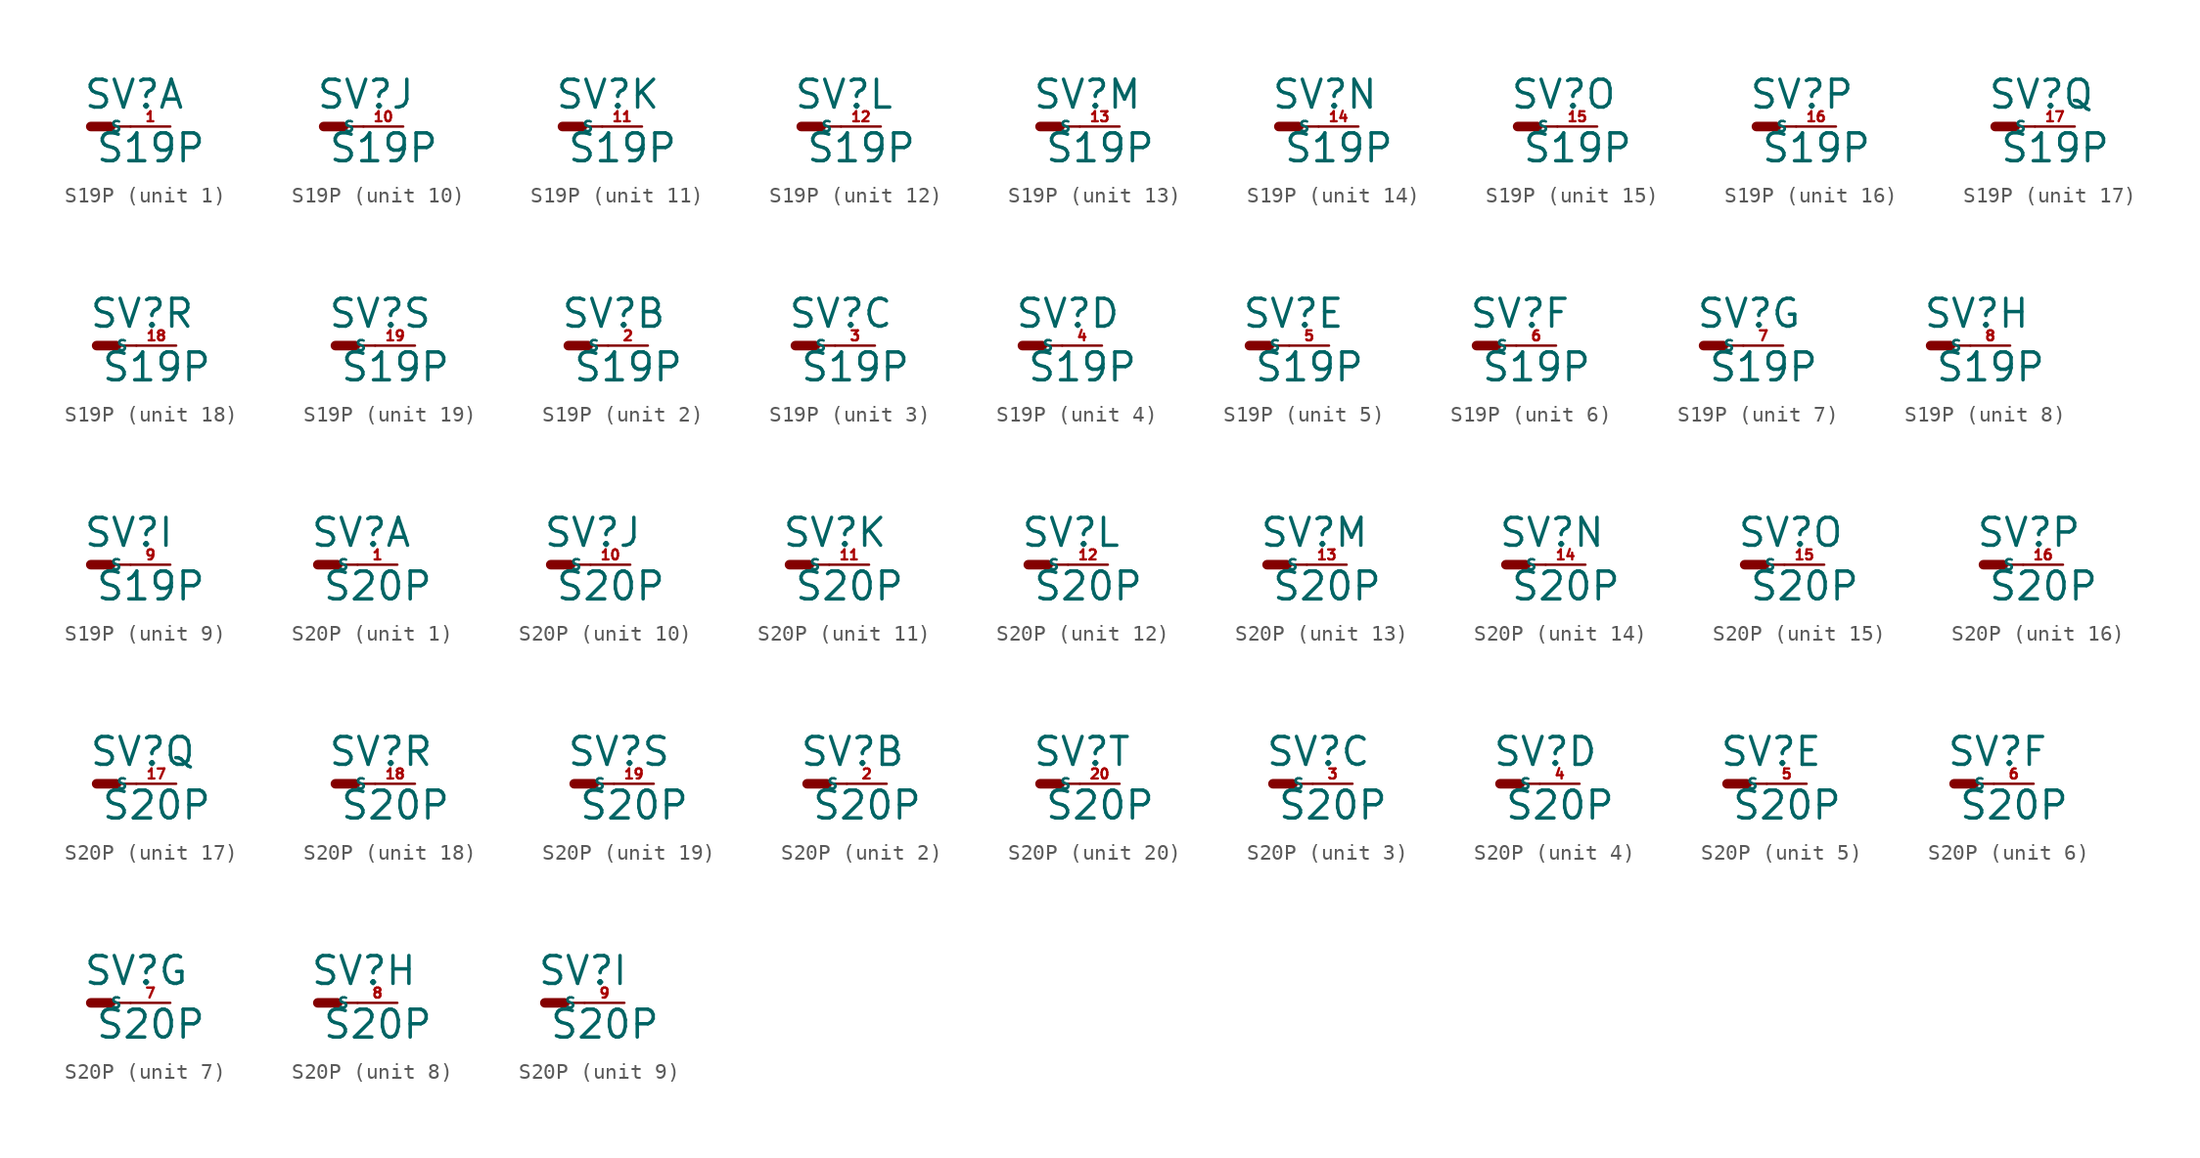
<source format=kicad_sym>
(kicad_symbol_lib
  (version 20220914)
  (generator Eagle2Kicad)
  (symbol "S19P"
    (property "Reference" "SV"
      (at -0.508 1.016 0)
      (effects (font (size 1.778 1.778) (thickness 0.22)) (justify left bottom)))
    (property "Value" "S19P"
      (at 0.254 -2.413 0)
      (effects (font (size 1.778 1.778) (thickness 0.22)) (justify left bottom)))
    (symbol "S19P_1_0"
      (polyline (pts (xy 1.27 0) (xy 2.54 0)) (stroke (width 0.152) (type default)) (fill (type none)))
      (polyline (pts (xy 0 0) (xy 1.27 0)) (stroke (width 0.61) (type default)) (fill (type none)))
      (pin passive line (at 5.08 0 180) (length 2.54) (name "S" (effects (font (size 0.635 0.635) (thickness 0.08)) (justify left bottom))) (number "1" (effects (font (size 0.635 0.635) (thickness 0.08)) (justify left bottom)))))
    (symbol "S19P_2_0"
      (polyline (pts (xy 1.27 0) (xy 2.54 0)) (stroke (width 0.152) (type default)) (fill (type none)))
      (polyline (pts (xy 0 0) (xy 1.27 0)) (stroke (width 0.61) (type default)) (fill (type none)))
      (pin passive line (at 5.08 0 180) (length 2.54) (name "S" (effects (font (size 0.635 0.635) (thickness 0.08)) (justify left bottom))) (number "2" (effects (font (size 0.635 0.635) (thickness 0.08)) (justify left bottom)))))
    (symbol "S19P_3_0"
      (polyline (pts (xy 1.27 0) (xy 2.54 0)) (stroke (width 0.152) (type default)) (fill (type none)))
      (polyline (pts (xy 0 0) (xy 1.27 0)) (stroke (width 0.61) (type default)) (fill (type none)))
      (pin passive line (at 5.08 0 180) (length 2.54) (name "S" (effects (font (size 0.635 0.635) (thickness 0.08)) (justify left bottom))) (number "3" (effects (font (size 0.635 0.635) (thickness 0.08)) (justify left bottom)))))
    (symbol "S19P_4_0"
      (polyline (pts (xy 1.27 0) (xy 2.54 0)) (stroke (width 0.152) (type default)) (fill (type none)))
      (polyline (pts (xy 0 0) (xy 1.27 0)) (stroke (width 0.61) (type default)) (fill (type none)))
      (pin passive line (at 5.08 0 180) (length 2.54) (name "S" (effects (font (size 0.635 0.635) (thickness 0.08)) (justify left bottom))) (number "4" (effects (font (size 0.635 0.635) (thickness 0.08)) (justify left bottom)))))
    (symbol "S19P_5_0"
      (polyline (pts (xy 1.27 0) (xy 2.54 0)) (stroke (width 0.152) (type default)) (fill (type none)))
      (polyline (pts (xy 0 0) (xy 1.27 0)) (stroke (width 0.61) (type default)) (fill (type none)))
      (pin passive line (at 5.08 0 180) (length 2.54) (name "S" (effects (font (size 0.635 0.635) (thickness 0.08)) (justify left bottom))) (number "5" (effects (font (size 0.635 0.635) (thickness 0.08)) (justify left bottom)))))
    (symbol "S19P_6_0"
      (polyline (pts (xy 1.27 0) (xy 2.54 0)) (stroke (width 0.152) (type default)) (fill (type none)))
      (polyline (pts (xy 0 0) (xy 1.27 0)) (stroke (width 0.61) (type default)) (fill (type none)))
      (pin passive line (at 5.08 0 180) (length 2.54) (name "S" (effects (font (size 0.635 0.635) (thickness 0.08)) (justify left bottom))) (number "6" (effects (font (size 0.635 0.635) (thickness 0.08)) (justify left bottom)))))
    (symbol "S19P_7_0"
      (polyline (pts (xy 1.27 0) (xy 2.54 0)) (stroke (width 0.152) (type default)) (fill (type none)))
      (polyline (pts (xy 0 0) (xy 1.27 0)) (stroke (width 0.61) (type default)) (fill (type none)))
      (pin passive line (at 5.08 0 180) (length 2.54) (name "S" (effects (font (size 0.635 0.635) (thickness 0.08)) (justify left bottom))) (number "7" (effects (font (size 0.635 0.635) (thickness 0.08)) (justify left bottom)))))
    (symbol "S19P_8_0"
      (polyline (pts (xy 1.27 0) (xy 2.54 0)) (stroke (width 0.152) (type default)) (fill (type none)))
      (polyline (pts (xy 0 0) (xy 1.27 0)) (stroke (width 0.61) (type default)) (fill (type none)))
      (pin passive line (at 5.08 0 180) (length 2.54) (name "S" (effects (font (size 0.635 0.635) (thickness 0.08)) (justify left bottom))) (number "8" (effects (font (size 0.635 0.635) (thickness 0.08)) (justify left bottom)))))
    (symbol "S19P_9_0"
      (polyline (pts (xy 1.27 0) (xy 2.54 0)) (stroke (width 0.152) (type default)) (fill (type none)))
      (polyline (pts (xy 0 0) (xy 1.27 0)) (stroke (width 0.61) (type default)) (fill (type none)))
      (pin passive line (at 5.08 0 180) (length 2.54) (name "S" (effects (font (size 0.635 0.635) (thickness 0.08)) (justify left bottom))) (number "9" (effects (font (size 0.635 0.635) (thickness 0.08)) (justify left bottom)))))
    (symbol "S19P_10_0"
      (polyline (pts (xy 1.27 0) (xy 2.54 0)) (stroke (width 0.152) (type default)) (fill (type none)))
      (polyline (pts (xy 0 0) (xy 1.27 0)) (stroke (width 0.61) (type default)) (fill (type none)))
      (pin passive line (at 5.08 0 180) (length 2.54) (name "S" (effects (font (size 0.635 0.635) (thickness 0.08)) (justify left bottom))) (number "10" (effects (font (size 0.635 0.635) (thickness 0.08)) (justify left bottom)))))
    (symbol "S19P_11_0"
      (polyline (pts (xy 1.27 0) (xy 2.54 0)) (stroke (width 0.152) (type default)) (fill (type none)))
      (polyline (pts (xy 0 0) (xy 1.27 0)) (stroke (width 0.61) (type default)) (fill (type none)))
      (pin passive line (at 5.08 0 180) (length 2.54) (name "S" (effects (font (size 0.635 0.635) (thickness 0.08)) (justify left bottom))) (number "11" (effects (font (size 0.635 0.635) (thickness 0.08)) (justify left bottom)))))
    (symbol "S19P_12_0"
      (polyline (pts (xy 1.27 0) (xy 2.54 0)) (stroke (width 0.152) (type default)) (fill (type none)))
      (polyline (pts (xy 0 0) (xy 1.27 0)) (stroke (width 0.61) (type default)) (fill (type none)))
      (pin passive line (at 5.08 0 180) (length 2.54) (name "S" (effects (font (size 0.635 0.635) (thickness 0.08)) (justify left bottom))) (number "12" (effects (font (size 0.635 0.635) (thickness 0.08)) (justify left bottom)))))
    (symbol "S19P_13_0"
      (polyline (pts (xy 1.27 0) (xy 2.54 0)) (stroke (width 0.152) (type default)) (fill (type none)))
      (polyline (pts (xy 0 0) (xy 1.27 0)) (stroke (width 0.61) (type default)) (fill (type none)))
      (pin passive line (at 5.08 0 180) (length 2.54) (name "S" (effects (font (size 0.635 0.635) (thickness 0.08)) (justify left bottom))) (number "13" (effects (font (size 0.635 0.635) (thickness 0.08)) (justify left bottom)))))
    (symbol "S19P_14_0"
      (polyline (pts (xy 1.27 0) (xy 2.54 0)) (stroke (width 0.152) (type default)) (fill (type none)))
      (polyline (pts (xy 0 0) (xy 1.27 0)) (stroke (width 0.61) (type default)) (fill (type none)))
      (pin passive line (at 5.08 0 180) (length 2.54) (name "S" (effects (font (size 0.635 0.635) (thickness 0.08)) (justify left bottom))) (number "14" (effects (font (size 0.635 0.635) (thickness 0.08)) (justify left bottom)))))
    (symbol "S19P_15_0"
      (polyline (pts (xy 1.27 0) (xy 2.54 0)) (stroke (width 0.152) (type default)) (fill (type none)))
      (polyline (pts (xy 0 0) (xy 1.27 0)) (stroke (width 0.61) (type default)) (fill (type none)))
      (pin passive line (at 5.08 0 180) (length 2.54) (name "S" (effects (font (size 0.635 0.635) (thickness 0.08)) (justify left bottom))) (number "15" (effects (font (size 0.635 0.635) (thickness 0.08)) (justify left bottom)))))
    (symbol "S19P_16_0"
      (polyline (pts (xy 1.27 0) (xy 2.54 0)) (stroke (width 0.152) (type default)) (fill (type none)))
      (polyline (pts (xy 0 0) (xy 1.27 0)) (stroke (width 0.61) (type default)) (fill (type none)))
      (pin passive line (at 5.08 0 180) (length 2.54) (name "S" (effects (font (size 0.635 0.635) (thickness 0.08)) (justify left bottom))) (number "16" (effects (font (size 0.635 0.635) (thickness 0.08)) (justify left bottom)))))
    (symbol "S19P_17_0"
      (polyline (pts (xy 1.27 0) (xy 2.54 0)) (stroke (width 0.152) (type default)) (fill (type none)))
      (polyline (pts (xy 0 0) (xy 1.27 0)) (stroke (width 0.61) (type default)) (fill (type none)))
      (pin passive line (at 5.08 0 180) (length 2.54) (name "S" (effects (font (size 0.635 0.635) (thickness 0.08)) (justify left bottom))) (number "17" (effects (font (size 0.635 0.635) (thickness 0.08)) (justify left bottom)))))
    (symbol "S19P_18_0"
      (polyline (pts (xy 1.27 0) (xy 2.54 0)) (stroke (width 0.152) (type default)) (fill (type none)))
      (polyline (pts (xy 0 0) (xy 1.27 0)) (stroke (width 0.61) (type default)) (fill (type none)))
      (pin passive line (at 5.08 0 180) (length 2.54) (name "S" (effects (font (size 0.635 0.635) (thickness 0.08)) (justify left bottom))) (number "18" (effects (font (size 0.635 0.635) (thickness 0.08)) (justify left bottom)))))
    (symbol "S19P_19_0"
      (polyline (pts (xy 1.27 0) (xy 2.54 0)) (stroke (width 0.152) (type default)) (fill (type none)))
      (polyline (pts (xy 0 0) (xy 1.27 0)) (stroke (width 0.61) (type default)) (fill (type none)))
      (pin passive line (at 5.08 0 180) (length 2.54) (name "S" (effects (font (size 0.635 0.635) (thickness 0.08)) (justify left bottom))) (number "19" (effects (font (size 0.635 0.635) (thickness 0.08)) (justify left bottom))))))
  (symbol "S20P"
    (property "Reference" "SV"
      (at -0.508 1.016 0)
      (effects (font (size 1.778 1.778) (thickness 0.22)) (justify left bottom)))
    (property "Value" "S20P"
      (at 0.254 -2.413 0)
      (effects (font (size 1.778 1.778) (thickness 0.22)) (justify left bottom)))
    (symbol "S20P_1_0"
      (polyline (pts (xy 1.27 0) (xy 2.54 0)) (stroke (width 0.152) (type default)) (fill (type none)))
      (polyline (pts (xy 0 0) (xy 1.27 0)) (stroke (width 0.61) (type default)) (fill (type none)))
      (pin passive line (at 5.08 0 180) (length 2.54) (name "S" (effects (font (size 0.635 0.635) (thickness 0.08)) (justify left bottom))) (number "1" (effects (font (size 0.635 0.635) (thickness 0.08)) (justify left bottom)))))
    (symbol "S20P_2_0"
      (polyline (pts (xy 1.27 0) (xy 2.54 0)) (stroke (width 0.152) (type default)) (fill (type none)))
      (polyline (pts (xy 0 0) (xy 1.27 0)) (stroke (width 0.61) (type default)) (fill (type none)))
      (pin passive line (at 5.08 0 180) (length 2.54) (name "S" (effects (font (size 0.635 0.635) (thickness 0.08)) (justify left bottom))) (number "2" (effects (font (size 0.635 0.635) (thickness 0.08)) (justify left bottom)))))
    (symbol "S20P_3_0"
      (polyline (pts (xy 1.27 0) (xy 2.54 0)) (stroke (width 0.152) (type default)) (fill (type none)))
      (polyline (pts (xy 0 0) (xy 1.27 0)) (stroke (width 0.61) (type default)) (fill (type none)))
      (pin passive line (at 5.08 0 180) (length 2.54) (name "S" (effects (font (size 0.635 0.635) (thickness 0.08)) (justify left bottom))) (number "3" (effects (font (size 0.635 0.635) (thickness 0.08)) (justify left bottom)))))
    (symbol "S20P_4_0"
      (polyline (pts (xy 1.27 0) (xy 2.54 0)) (stroke (width 0.152) (type default)) (fill (type none)))
      (polyline (pts (xy 0 0) (xy 1.27 0)) (stroke (width 0.61) (type default)) (fill (type none)))
      (pin passive line (at 5.08 0 180) (length 2.54) (name "S" (effects (font (size 0.635 0.635) (thickness 0.08)) (justify left bottom))) (number "4" (effects (font (size 0.635 0.635) (thickness 0.08)) (justify left bottom)))))
    (symbol "S20P_5_0"
      (polyline (pts (xy 1.27 0) (xy 2.54 0)) (stroke (width 0.152) (type default)) (fill (type none)))
      (polyline (pts (xy 0 0) (xy 1.27 0)) (stroke (width 0.61) (type default)) (fill (type none)))
      (pin passive line (at 5.08 0 180) (length 2.54) (name "S" (effects (font (size 0.635 0.635) (thickness 0.08)) (justify left bottom))) (number "5" (effects (font (size 0.635 0.635) (thickness 0.08)) (justify left bottom)))))
    (symbol "S20P_6_0"
      (polyline (pts (xy 1.27 0) (xy 2.54 0)) (stroke (width 0.152) (type default)) (fill (type none)))
      (polyline (pts (xy 0 0) (xy 1.27 0)) (stroke (width 0.61) (type default)) (fill (type none)))
      (pin passive line (at 5.08 0 180) (length 2.54) (name "S" (effects (font (size 0.635 0.635) (thickness 0.08)) (justify left bottom))) (number "6" (effects (font (size 0.635 0.635) (thickness 0.08)) (justify left bottom)))))
    (symbol "S20P_7_0"
      (polyline (pts (xy 1.27 0) (xy 2.54 0)) (stroke (width 0.152) (type default)) (fill (type none)))
      (polyline (pts (xy 0 0) (xy 1.27 0)) (stroke (width 0.61) (type default)) (fill (type none)))
      (pin passive line (at 5.08 0 180) (length 2.54) (name "S" (effects (font (size 0.635 0.635) (thickness 0.08)) (justify left bottom))) (number "7" (effects (font (size 0.635 0.635) (thickness 0.08)) (justify left bottom)))))
    (symbol "S20P_8_0"
      (polyline (pts (xy 1.27 0) (xy 2.54 0)) (stroke (width 0.152) (type default)) (fill (type none)))
      (polyline (pts (xy 0 0) (xy 1.27 0)) (stroke (width 0.61) (type default)) (fill (type none)))
      (pin passive line (at 5.08 0 180) (length 2.54) (name "S" (effects (font (size 0.635 0.635) (thickness 0.08)) (justify left bottom))) (number "8" (effects (font (size 0.635 0.635) (thickness 0.08)) (justify left bottom)))))
    (symbol "S20P_9_0"
      (polyline (pts (xy 1.27 0) (xy 2.54 0)) (stroke (width 0.152) (type default)) (fill (type none)))
      (polyline (pts (xy 0 0) (xy 1.27 0)) (stroke (width 0.61) (type default)) (fill (type none)))
      (pin passive line (at 5.08 0 180) (length 2.54) (name "S" (effects (font (size 0.635 0.635) (thickness 0.08)) (justify left bottom))) (number "9" (effects (font (size 0.635 0.635) (thickness 0.08)) (justify left bottom)))))
    (symbol "S20P_10_0"
      (polyline (pts (xy 1.27 0) (xy 2.54 0)) (stroke (width 0.152) (type default)) (fill (type none)))
      (polyline (pts (xy 0 0) (xy 1.27 0)) (stroke (width 0.61) (type default)) (fill (type none)))
      (pin passive line (at 5.08 0 180) (length 2.54) (name "S" (effects (font (size 0.635 0.635) (thickness 0.08)) (justify left bottom))) (number "10" (effects (font (size 0.635 0.635) (thickness 0.08)) (justify left bottom)))))
    (symbol "S20P_11_0"
      (polyline (pts (xy 1.27 0) (xy 2.54 0)) (stroke (width 0.152) (type default)) (fill (type none)))
      (polyline (pts (xy 0 0) (xy 1.27 0)) (stroke (width 0.61) (type default)) (fill (type none)))
      (pin passive line (at 5.08 0 180) (length 2.54) (name "S" (effects (font (size 0.635 0.635) (thickness 0.08)) (justify left bottom))) (number "11" (effects (font (size 0.635 0.635) (thickness 0.08)) (justify left bottom)))))
    (symbol "S20P_12_0"
      (polyline (pts (xy 1.27 0) (xy 2.54 0)) (stroke (width 0.152) (type default)) (fill (type none)))
      (polyline (pts (xy 0 0) (xy 1.27 0)) (stroke (width 0.61) (type default)) (fill (type none)))
      (pin passive line (at 5.08 0 180) (length 2.54) (name "S" (effects (font (size 0.635 0.635) (thickness 0.08)) (justify left bottom))) (number "12" (effects (font (size 0.635 0.635) (thickness 0.08)) (justify left bottom)))))
    (symbol "S20P_13_0"
      (polyline (pts (xy 1.27 0) (xy 2.54 0)) (stroke (width 0.152) (type default)) (fill (type none)))
      (polyline (pts (xy 0 0) (xy 1.27 0)) (stroke (width 0.61) (type default)) (fill (type none)))
      (pin passive line (at 5.08 0 180) (length 2.54) (name "S" (effects (font (size 0.635 0.635) (thickness 0.08)) (justify left bottom))) (number "13" (effects (font (size 0.635 0.635) (thickness 0.08)) (justify left bottom)))))
    (symbol "S20P_14_0"
      (polyline (pts (xy 1.27 0) (xy 2.54 0)) (stroke (width 0.152) (type default)) (fill (type none)))
      (polyline (pts (xy 0 0) (xy 1.27 0)) (stroke (width 0.61) (type default)) (fill (type none)))
      (pin passive line (at 5.08 0 180) (length 2.54) (name "S" (effects (font (size 0.635 0.635) (thickness 0.08)) (justify left bottom))) (number "14" (effects (font (size 0.635 0.635) (thickness 0.08)) (justify left bottom)))))
    (symbol "S20P_15_0"
      (polyline (pts (xy 1.27 0) (xy 2.54 0)) (stroke (width 0.152) (type default)) (fill (type none)))
      (polyline (pts (xy 0 0) (xy 1.27 0)) (stroke (width 0.61) (type default)) (fill (type none)))
      (pin passive line (at 5.08 0 180) (length 2.54) (name "S" (effects (font (size 0.635 0.635) (thickness 0.08)) (justify left bottom))) (number "15" (effects (font (size 0.635 0.635) (thickness 0.08)) (justify left bottom)))))
    (symbol "S20P_16_0"
      (polyline (pts (xy 1.27 0) (xy 2.54 0)) (stroke (width 0.152) (type default)) (fill (type none)))
      (polyline (pts (xy 0 0) (xy 1.27 0)) (stroke (width 0.61) (type default)) (fill (type none)))
      (pin passive line (at 5.08 0 180) (length 2.54) (name "S" (effects (font (size 0.635 0.635) (thickness 0.08)) (justify left bottom))) (number "16" (effects (font (size 0.635 0.635) (thickness 0.08)) (justify left bottom)))))
    (symbol "S20P_17_0"
      (polyline (pts (xy 1.27 0) (xy 2.54 0)) (stroke (width 0.152) (type default)) (fill (type none)))
      (polyline (pts (xy 0 0) (xy 1.27 0)) (stroke (width 0.61) (type default)) (fill (type none)))
      (pin passive line (at 5.08 0 180) (length 2.54) (name "S" (effects (font (size 0.635 0.635) (thickness 0.08)) (justify left bottom))) (number "17" (effects (font (size 0.635 0.635) (thickness 0.08)) (justify left bottom)))))
    (symbol "S20P_18_0"
      (polyline (pts (xy 1.27 0) (xy 2.54 0)) (stroke (width 0.152) (type default)) (fill (type none)))
      (polyline (pts (xy 0 0) (xy 1.27 0)) (stroke (width 0.61) (type default)) (fill (type none)))
      (pin passive line (at 5.08 0 180) (length 2.54) (name "S" (effects (font (size 0.635 0.635) (thickness 0.08)) (justify left bottom))) (number "18" (effects (font (size 0.635 0.635) (thickness 0.08)) (justify left bottom)))))
    (symbol "S20P_19_0"
      (polyline (pts (xy 1.27 0) (xy 2.54 0)) (stroke (width 0.152) (type default)) (fill (type none)))
      (polyline (pts (xy 0 0) (xy 1.27 0)) (stroke (width 0.61) (type default)) (fill (type none)))
      (pin passive line (at 5.08 0 180) (length 2.54) (name "S" (effects (font (size 0.635 0.635) (thickness 0.08)) (justify left bottom))) (number "19" (effects (font (size 0.635 0.635) (thickness 0.08)) (justify left bottom)))))
    (symbol "S20P_20_0"
      (polyline (pts (xy 1.27 0) (xy 2.54 0)) (stroke (width 0.152) (type default)) (fill (type none)))
      (polyline (pts (xy 0 0) (xy 1.27 0)) (stroke (width 0.61) (type default)) (fill (type none)))
      (pin passive line (at 5.08 0 180) (length 2.54) (name "S" (effects (font (size 0.635 0.635) (thickness 0.08)) (justify left bottom))) (number "20" (effects (font (size 0.635 0.635) (thickness 0.08)) (justify left bottom)))))))
</source>
